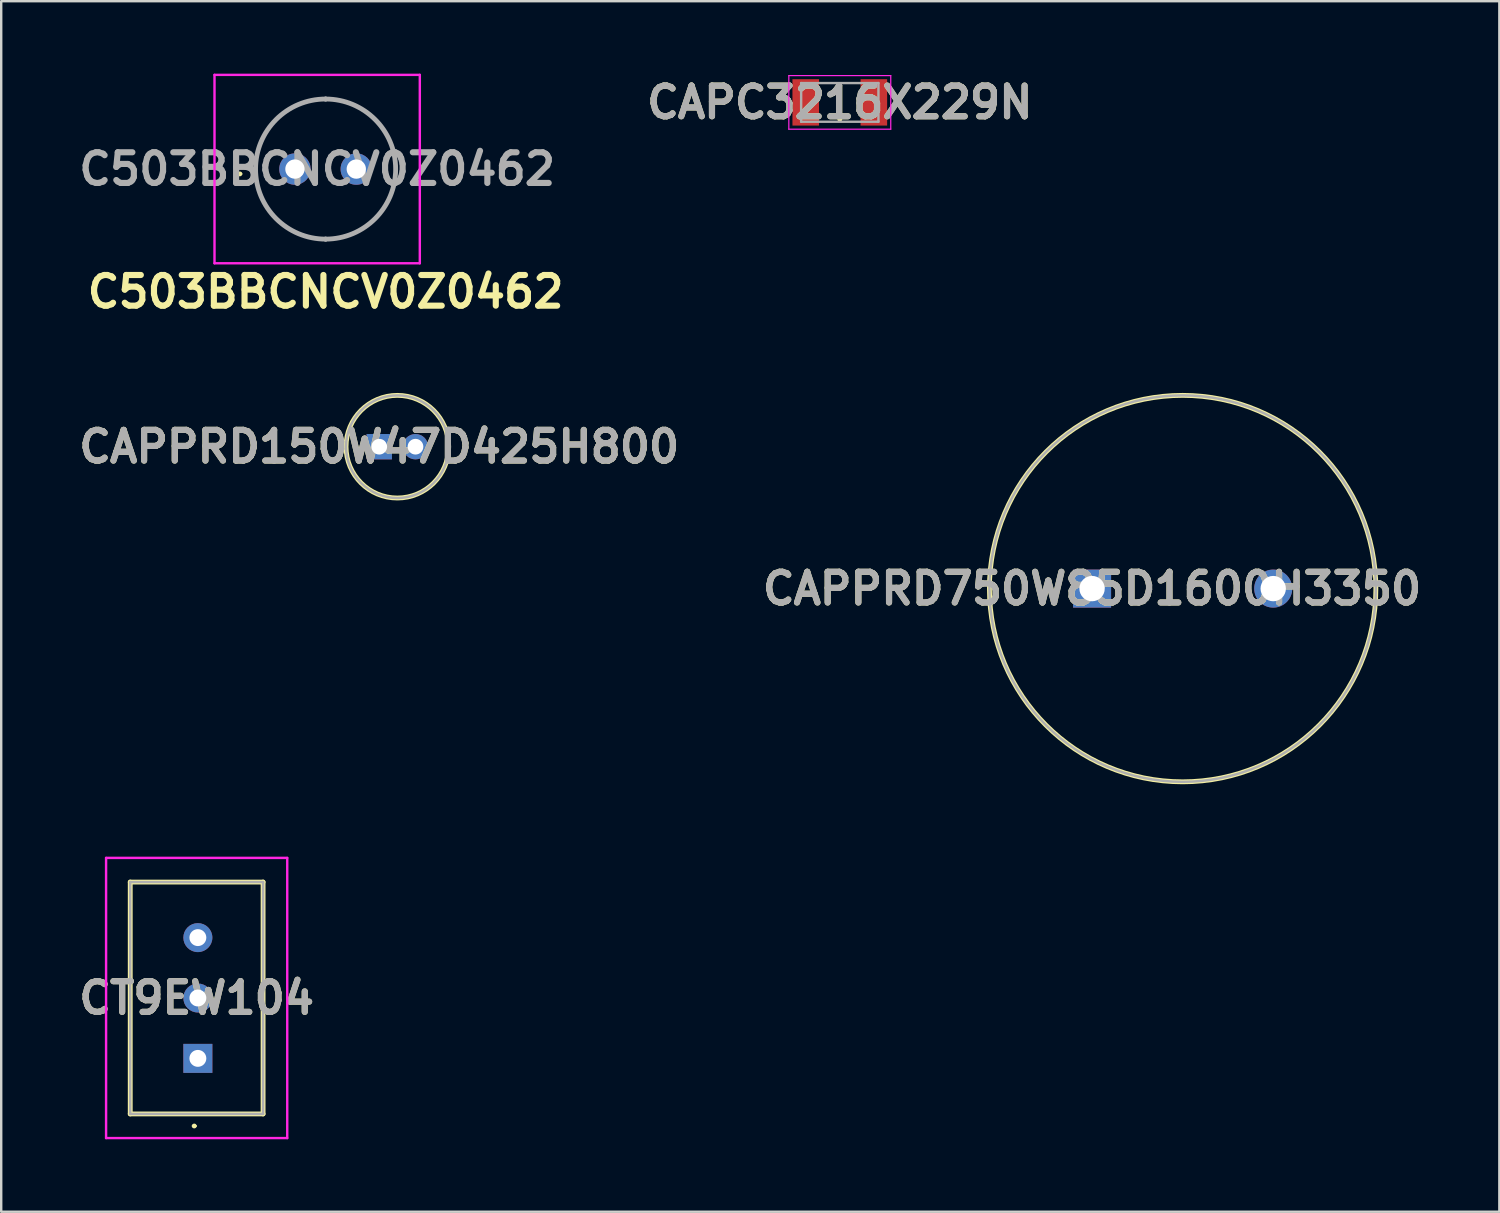
<source format=kicad_pcb>
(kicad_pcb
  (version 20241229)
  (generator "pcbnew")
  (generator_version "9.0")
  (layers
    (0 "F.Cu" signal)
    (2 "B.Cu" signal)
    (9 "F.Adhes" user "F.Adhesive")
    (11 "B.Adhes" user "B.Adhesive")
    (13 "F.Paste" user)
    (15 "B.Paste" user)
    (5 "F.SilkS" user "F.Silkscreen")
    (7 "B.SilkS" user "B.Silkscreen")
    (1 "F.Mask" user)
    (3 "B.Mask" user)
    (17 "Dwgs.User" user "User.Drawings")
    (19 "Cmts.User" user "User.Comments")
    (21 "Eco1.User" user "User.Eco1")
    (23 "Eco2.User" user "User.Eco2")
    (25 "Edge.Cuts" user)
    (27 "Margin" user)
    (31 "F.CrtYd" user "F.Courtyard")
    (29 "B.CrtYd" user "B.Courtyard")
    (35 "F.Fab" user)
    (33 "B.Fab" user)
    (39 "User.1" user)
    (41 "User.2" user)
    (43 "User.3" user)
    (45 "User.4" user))
  (footprint "CAPC3216X229N"
    (layer "F.Cu")
    (at 31.719 1.189)
    (property "Reference" "CAPC3216X229N" (at 0 0 0) (layer "F.SilkS") (effects (font (size 1.27 1.27) (thickness 0.254))))
    (attr smd)
    (fp_line (start 0 -0.7) (end 0 0.7) (stroke (width 0.2) (type solid)) (layer "F.SilkS"))
    (fp_line (start -2.11 -1.11) (end 2.11 -1.11) (stroke (width 0.05) (type solid)) (layer "F.CrtYd"))
    (fp_line (start -2.11 1.11) (end -2.11 -1.11) (stroke (width 0.05) (type solid)) (layer "F.CrtYd"))
    (fp_line (start 2.11 -1.11) (end 2.11 1.11) (stroke (width 0.05) (type solid)) (layer "F.CrtYd"))
    (fp_line (start 2.11 1.11) (end -2.11 1.11) (stroke (width 0.05) (type solid)) (layer "F.CrtYd"))
    (fp_line (start -1.6 -0.8) (end 1.6 -0.8) (stroke (width 0.1) (type solid)) (layer "F.Fab"))
    (fp_line (start -1.6 0.8) (end -1.6 -0.8) (stroke (width 0.1) (type solid)) (layer "F.Fab"))
    (fp_line (start 1.6 -0.8) (end 1.6 0.8) (stroke (width 0.1) (type solid)) (layer "F.Fab"))
    (fp_line (start 1.6 0.8) (end -1.6 0.8) (stroke (width 0.1) (type solid)) (layer "F.Fab"))
    (fp_text user "${REFERENCE}" (at 0 0 0) (layer "F.Fab") (effects (font (size 1.27 1.27) (thickness 0.254))))
    (pad "1" smd rect (at -1.41 0) (size 1.1 1.92) (layers "F.Cu" "F.Mask" "F.Paste"))
    (pad "2" smd rect (at 1.41 0) (size 1.1 1.92) (layers "F.Cu" "F.Mask" "F.Paste")))
  (footprint "CAPPRD150W47D425H800"
    (layer "F.Cu")
    (at 12.652 15.444)
    (property "Reference" "CAPPRD150W47D425H800" (at 0 0 0) (layer "F.SilkS") (effects (font (size 1.27 1.27) (thickness 0.254))))
    (attr through_hole)
    (fp_circle (center 0.75 0) (end 0.75 2.125) (stroke (width 0.2) (type solid)) (fill no) (layer "F.SilkS"))
    (fp_circle (center 0.75 0) (end 0.75 2.125) (stroke (width 0.1) (type solid)) (fill no) (layer "F.Fab"))
    (fp_text user "${REFERENCE}" (at 0 0 0) (layer "F.Fab") (effects (font (size 1.27 1.27) (thickness 0.254))))
    (pad "1" thru_hole rect (at 0 0) (size 1.05 1.05) (drill 0.65) (layers "*.Cu" "*.Mask"))
    (pad "2" thru_hole circle (at 1.5 0) (size 1.05 1.05) (drill 0.65) (layers "*.Cu" "*.Mask")))
  (footprint "C503BBCNCV0Z0462"
    (layer "F.Cu")
    (at 10.431 3.95)
    (property "Reference" "C503BBCNCV0Z0462" (at 0 5.08 0) (layer "F.SilkS") (effects (font (size 1.27 1.27) (thickness 0.254))))
    (attr through_hole)
    (fp_line (start -3.6 0.2) (end -3.6 0.2) (stroke (width 0.1) (type solid)) (layer "F.SilkS"))
    (fp_line (start -3.5 0.2) (end -3.5 0.2) (stroke (width 0.1) (type solid)) (layer "F.SilkS"))
    (fp_line (start 0 -2.9) (end 0 -2.9) (stroke (width 0.1) (type solid)) (layer "F.SilkS"))
    (fp_line (start 0 2.9) (end 0 2.9) (stroke (width 0.1) (type solid)) (layer "F.SilkS"))
    (fp_arc (start -3.6 0.2) (mid -3.55 0.15) (end -3.5 0.2) (stroke (width 0.1) (type solid)) (layer "F.SilkS"))
    (fp_arc (start -3.5 0.2) (mid -3.55 0.25) (end -3.6 0.2) (stroke (width 0.1) (type solid)) (layer "F.SilkS"))
    (fp_arc (start 0 -2.9) (mid 2.9 0) (end 0 2.9) (stroke (width 0.1) (type solid)) (layer "F.SilkS"))
    (fp_arc (start 0 2.9) (mid -2.9 0) (end 0 -2.9) (stroke (width 0.1) (type solid)) (layer "F.SilkS"))
    (fp_line (start -4.6 -3.9) (end 3.9 -3.9) (stroke (width 0.1) (type solid)) (layer "F.CrtYd"))
    (fp_line (start -4.6 3.9) (end -4.6 -3.9) (stroke (width 0.1) (type solid)) (layer "F.CrtYd"))
    (fp_line (start 3.9 -3.9) (end 3.9 3.9) (stroke (width 0.1) (type solid)) (layer "F.CrtYd"))
    (fp_line (start 3.9 3.9) (end -4.6 3.9) (stroke (width 0.1) (type solid)) (layer "F.CrtYd"))
    (fp_line (start 0 -2.9) (end 0 -2.9) (stroke (width 0.2) (type solid)) (layer "F.Fab"))
    (fp_line (start 0 2.9) (end 0 2.9) (stroke (width 0.2) (type solid)) (layer "F.Fab"))
    (fp_arc (start 0 -2.9) (mid 2.9 0) (end 0 2.9) (stroke (width 0.2) (type solid)) (layer "F.Fab"))
    (fp_arc (start 0 2.9) (mid -2.9 0) (end 0 -2.9) (stroke (width 0.2) (type solid)) (layer "F.Fab"))
    (fp_text user "${REFERENCE}" (at -0.35 0 0) (layer "F.Fab") (effects (font (size 1.27 1.27) (thickness 0.254))))
    (pad "1" thru_hole circle (at -1.27 0) (size 1.3 1.3) (drill 0.8) (layers "*.Cu" "*.Mask"))
    (pad "2" thru_hole circle (at 1.27 0) (size 1.3 1.3) (drill 0.8) (layers "*.Cu" "*.Mask")))
  (footprint "CT9EW104"
    (layer "F.Cu")
    (at 5.142 40.769)
    (property "Reference" "CT9EW104" (at -0.05 -2.5 0) (layer "F.SilkS") (effects (font (size 1.27 1.27) (thickness 0.254))))
    (attr through_hole)
    (fp_line (start -2.8 -7.3) (end 2.7 -7.3) (stroke (width 0.2) (type solid)) (layer "F.SilkS"))
    (fp_line (start -2.8 2.3) (end -2.8 -7.3) (stroke (width 0.2) (type solid)) (layer "F.SilkS"))
    (fp_line (start -0.2 2.8) (end -0.2 2.8) (stroke (width 0.1) (type solid)) (layer "F.SilkS"))
    (fp_line (start -0.1 2.8) (end -0.1 2.8) (stroke (width 0.1) (type solid)) (layer "F.SilkS"))
    (fp_line (start 2.7 -7.3) (end 2.7 2.3) (stroke (width 0.2) (type solid)) (layer "F.SilkS"))
    (fp_line (start 2.7 2.3) (end -2.8 2.3) (stroke (width 0.2) (type solid)) (layer "F.SilkS"))
    (fp_arc (start -0.2 2.8) (mid -0.15 2.75) (end -0.1 2.8) (stroke (width 0.1) (type solid)) (layer "F.SilkS"))
    (fp_arc (start -0.1 2.8) (mid -0.15 2.85) (end -0.2 2.8) (stroke (width 0.1) (type solid)) (layer "F.SilkS"))
    (fp_line (start -3.8 -8.3) (end 3.7 -8.3) (stroke (width 0.1) (type solid)) (layer "F.CrtYd"))
    (fp_line (start -3.8 3.3) (end -3.8 -8.3) (stroke (width 0.1) (type solid)) (layer "F.CrtYd"))
    (fp_line (start 3.7 -8.3) (end 3.7 3.3) (stroke (width 0.1) (type solid)) (layer "F.CrtYd"))
    (fp_line (start 3.7 3.3) (end -3.8 3.3) (stroke (width 0.1) (type solid)) (layer "F.CrtYd"))
    (fp_line (start -2.8 -7.3) (end 2.7 -7.3) (stroke (width 0.1) (type solid)) (layer "F.Fab"))
    (fp_line (start -2.8 2.3) (end -2.8 -7.3) (stroke (width 0.1) (type solid)) (layer "F.Fab"))
    (fp_line (start 2.7 -7.3) (end 2.7 2.3) (stroke (width 0.1) (type solid)) (layer "F.Fab"))
    (fp_line (start 2.7 2.3) (end -2.8 2.3) (stroke (width 0.1) (type solid)) (layer "F.Fab"))
    (fp_text user "${REFERENCE}" (at -0.05 -2.5 0) (layer "F.Fab") (effects (font (size 1.27 1.27) (thickness 0.254))))
    (pad "1" thru_hole rect (at 0 0) (size 1.2 1.2) (drill 0.7) (layers "*.Cu" "*.Mask"))
    (pad "2" thru_hole circle (at 0 -2.5) (size 1.2 1.2) (drill 0.7) (layers "*.Cu" "*.Mask"))
    (pad "3" thru_hole circle (at 0 -5) (size 1.2 1.2) (drill 0.7) (layers "*.Cu" "*.Mask")))
  (footprint "CAPPRD750W85D1600H3350"
    (layer "F.Cu")
    (at 42.164 21.319)
    (property "Reference" "CAPPRD750W85D1600H3350" (at 0 0 0) (layer "F.SilkS") (effects (font (size 1.27 1.27) (thickness 0.254))))
    (attr through_hole)
    (fp_circle (center 3.75 0) (end 3.75 8) (stroke (width 0.2) (type solid)) (fill no) (layer "F.SilkS"))
    (fp_circle (center 3.75 0) (end 3.75 8) (stroke (width 0.1) (type solid)) (fill no) (layer "F.Fab"))
    (fp_text user "${REFERENCE}" (at 0 0 0) (layer "F.Fab") (effects (font (size 1.27 1.27) (thickness 0.254))))
    (pad "1" thru_hole rect (at 0 0) (size 1.575 1.575) (drill 1.05) (layers "*.Cu" "*.Mask"))
    (pad "2" thru_hole circle (at 7.5 0) (size 1.575 1.575) (drill 1.05) (layers "*.Cu" "*.Mask")))
  (gr_rect
    (start -3 -3)
    (end 59.026 47.119)
    (stroke (width 0.1) (type default))
    (fill no)
    (layer "Edge.Cuts")))
</source>
